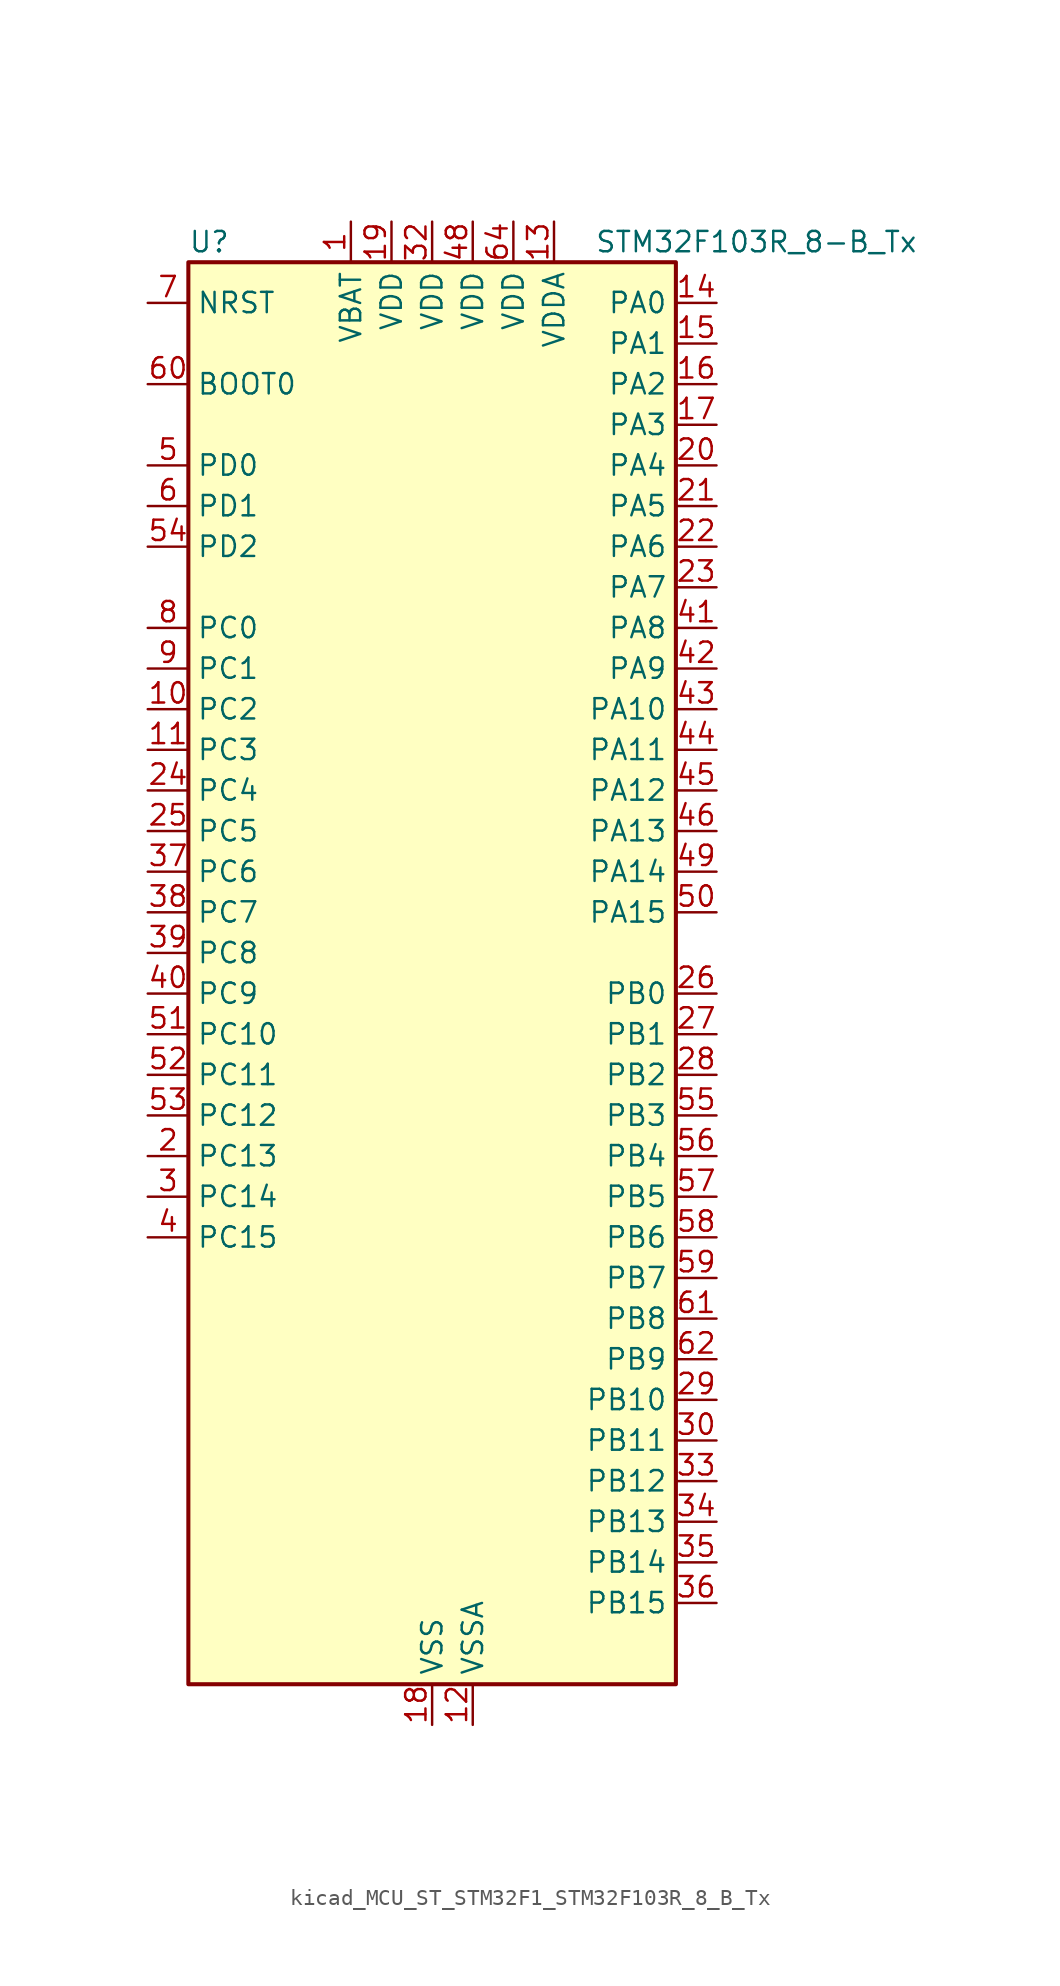
<source format=kicad_sym>
(kicad_symbol_lib
  (version 20220914)
  (generator kicad_symbol_editor)
  (symbol "kicad_MCU_ST_STM32F1_STM32F103R_8_B_Tx"
    (property "Reference" "U"
      (at -15.24 46.99 0)
      (effects (font (size 1.27 1.27)) (justify left)))
    (property "Value" "STM32F103R_8-B_Tx"
      (at 10.16 46.99 0)
      (effects (font (size 1.27 1.27)) (justify left)))
    (property "ki_locked" ""
      (at 0 0 0)
      (effects (font (size 1.27 1.27))))
    (symbol "kicad_MCU_ST_STM32F1_STM32F103R_8_B_Tx_0_1"
      (rectangle (start -15.24 -43.18) (end 15.24 45.72) (stroke (width 0.254) (type default)) (fill (type background))))
    (symbol "kicad_MCU_ST_STM32F1_STM32F103R_8_B_Tx_1_1"
      (pin power_in line (at -5.08 48.26 270) (length 2.54) (name "VBAT" (effects (font (size 1.27 1.27)))) (number "1" (effects (font (size 1.27 1.27)))))
      (pin bidirectional line (at -17.78 17.78 0) (length 2.54) (name "PC2" (effects (font (size 1.27 1.27)))) (number "10" (effects (font (size 1.27 1.27)))) (alternate "ADC1_IN12" bidirectional line) (alternate "ADC2_IN12" bidirectional line))
      (pin bidirectional line (at -17.78 15.24 0) (length 2.54) (name "PC3" (effects (font (size 1.27 1.27)))) (number "11" (effects (font (size 1.27 1.27)))) (alternate "ADC1_IN13" bidirectional line) (alternate "ADC2_IN13" bidirectional line))
      (pin power_in line (at 2.54 -45.72 90) (length 2.54) (name "VSSA" (effects (font (size 1.27 1.27)))) (number "12" (effects (font (size 1.27 1.27)))))
      (pin power_in line (at 7.62 48.26 270) (length 2.54) (name "VDDA" (effects (font (size 1.27 1.27)))) (number "13" (effects (font (size 1.27 1.27)))))
      (pin bidirectional line (at 17.78 43.18 180) (length 2.54) (name "PA0" (effects (font (size 1.27 1.27)))) (number "14" (effects (font (size 1.27 1.27)))) (alternate "ADC1_IN0" bidirectional line) (alternate "ADC2_IN0" bidirectional line) (alternate "SYS_WKUP" bidirectional line) (alternate "TIM2_CH1" bidirectional line) (alternate "TIM2_ETR" bidirectional line) (alternate "USART2_CTS" bidirectional line))
      (pin bidirectional line (at 17.78 40.64 180) (length 2.54) (name "PA1" (effects (font (size 1.27 1.27)))) (number "15" (effects (font (size 1.27 1.27)))) (alternate "ADC1_IN1" bidirectional line) (alternate "ADC2_IN1" bidirectional line) (alternate "TIM2_CH2" bidirectional line) (alternate "USART2_RTS" bidirectional line))
      (pin bidirectional line (at 17.78 38.1 180) (length 2.54) (name "PA2" (effects (font (size 1.27 1.27)))) (number "16" (effects (font (size 1.27 1.27)))) (alternate "ADC1_IN2" bidirectional line) (alternate "ADC2_IN2" bidirectional line) (alternate "TIM2_CH3" bidirectional line) (alternate "USART2_TX" bidirectional line))
      (pin bidirectional line (at 17.78 35.56 180) (length 2.54) (name "PA3" (effects (font (size 1.27 1.27)))) (number "17" (effects (font (size 1.27 1.27)))) (alternate "ADC1_IN3" bidirectional line) (alternate "ADC2_IN3" bidirectional line) (alternate "TIM2_CH4" bidirectional line) (alternate "USART2_RX" bidirectional line))
      (pin power_in line (at 0 -45.72 90) (length 2.54) (name "VSS" (effects (font (size 1.27 1.27)))) (number "18" (effects (font (size 1.27 1.27)))))
      (pin power_in line (at -2.54 48.26 270) (length 2.54) (name "VDD" (effects (font (size 1.27 1.27)))) (number "19" (effects (font (size 1.27 1.27)))))
      (pin bidirectional line (at -17.78 -10.16 0) (length 2.54) (name "PC13" (effects (font (size 1.27 1.27)))) (number "2" (effects (font (size 1.27 1.27)))) (alternate "RTC_OUT" bidirectional line) (alternate "RTC_TAMPER" bidirectional line))
      (pin bidirectional line (at 17.78 33.02 180) (length 2.54) (name "PA4" (effects (font (size 1.27 1.27)))) (number "20" (effects (font (size 1.27 1.27)))) (alternate "ADC1_IN4" bidirectional line) (alternate "ADC2_IN4" bidirectional line) (alternate "SPI1_NSS" bidirectional line) (alternate "USART2_CK" bidirectional line))
      (pin bidirectional line (at 17.78 30.48 180) (length 2.54) (name "PA5" (effects (font (size 1.27 1.27)))) (number "21" (effects (font (size 1.27 1.27)))) (alternate "ADC1_IN5" bidirectional line) (alternate "ADC2_IN5" bidirectional line) (alternate "SPI1_SCK" bidirectional line))
      (pin bidirectional line (at 17.78 27.94 180) (length 2.54) (name "PA6" (effects (font (size 1.27 1.27)))) (number "22" (effects (font (size 1.27 1.27)))) (alternate "ADC1_IN6" bidirectional line) (alternate "ADC2_IN6" bidirectional line) (alternate "SPI1_MISO" bidirectional line) (alternate "TIM1_BKIN" bidirectional line) (alternate "TIM3_CH1" bidirectional line))
      (pin bidirectional line (at 17.78 25.4 180) (length 2.54) (name "PA7" (effects (font (size 1.27 1.27)))) (number "23" (effects (font (size 1.27 1.27)))) (alternate "ADC1_IN7" bidirectional line) (alternate "ADC2_IN7" bidirectional line) (alternate "SPI1_MOSI" bidirectional line) (alternate "TIM1_CH1N" bidirectional line) (alternate "TIM3_CH2" bidirectional line))
      (pin bidirectional line (at -17.78 12.7 0) (length 2.54) (name "PC4" (effects (font (size 1.27 1.27)))) (number "24" (effects (font (size 1.27 1.27)))) (alternate "ADC1_IN14" bidirectional line) (alternate "ADC2_IN14" bidirectional line))
      (pin bidirectional line (at -17.78 10.16 0) (length 2.54) (name "PC5" (effects (font (size 1.27 1.27)))) (number "25" (effects (font (size 1.27 1.27)))) (alternate "ADC1_IN15" bidirectional line) (alternate "ADC2_IN15" bidirectional line))
      (pin bidirectional line (at 17.78 0 180) (length 2.54) (name "PB0" (effects (font (size 1.27 1.27)))) (number "26" (effects (font (size 1.27 1.27)))) (alternate "ADC1_IN8" bidirectional line) (alternate "ADC2_IN8" bidirectional line) (alternate "TIM1_CH2N" bidirectional line) (alternate "TIM3_CH3" bidirectional line))
      (pin bidirectional line (at 17.78 -2.54 180) (length 2.54) (name "PB1" (effects (font (size 1.27 1.27)))) (number "27" (effects (font (size 1.27 1.27)))) (alternate "ADC1_IN9" bidirectional line) (alternate "ADC2_IN9" bidirectional line) (alternate "TIM1_CH3N" bidirectional line) (alternate "TIM3_CH4" bidirectional line))
      (pin bidirectional line (at 17.78 -5.08 180) (length 2.54) (name "PB2" (effects (font (size 1.27 1.27)))) (number "28" (effects (font (size 1.27 1.27)))))
      (pin bidirectional line (at 17.78 -25.4 180) (length 2.54) (name "PB10" (effects (font (size 1.27 1.27)))) (number "29" (effects (font (size 1.27 1.27)))) (alternate "I2C2_SCL" bidirectional line) (alternate "TIM2_CH3" bidirectional line) (alternate "USART3_TX" bidirectional line))
      (pin bidirectional line (at -17.78 -12.7 0) (length 2.54) (name "PC14" (effects (font (size 1.27 1.27)))) (number "3" (effects (font (size 1.27 1.27)))) (alternate "RCC_OSC32_IN" bidirectional line))
      (pin bidirectional line (at 17.78 -27.94 180) (length 2.54) (name "PB11" (effects (font (size 1.27 1.27)))) (number "30" (effects (font (size 1.27 1.27)))) (alternate "ADC1_EXTI11" bidirectional line) (alternate "ADC2_EXTI11" bidirectional line) (alternate "I2C2_SDA" bidirectional line) (alternate "TIM2_CH4" bidirectional line) (alternate "USART3_RX" bidirectional line))
      (pin passive line (at 0 -45.72 90) (length 2.54) hide (name "VSS" (effects (font (size 1.27 1.27)))) (number "31" (effects (font (size 1.27 1.27)))))
      (pin power_in line (at 0 48.26 270) (length 2.54) (name "VDD" (effects (font (size 1.27 1.27)))) (number "32" (effects (font (size 1.27 1.27)))))
      (pin bidirectional line (at 17.78 -30.48 180) (length 2.54) (name "PB12" (effects (font (size 1.27 1.27)))) (number "33" (effects (font (size 1.27 1.27)))) (alternate "I2C2_SMBA" bidirectional line) (alternate "SPI2_NSS" bidirectional line) (alternate "TIM1_BKIN" bidirectional line) (alternate "USART3_CK" bidirectional line))
      (pin bidirectional line (at 17.78 -33.02 180) (length 2.54) (name "PB13" (effects (font (size 1.27 1.27)))) (number "34" (effects (font (size 1.27 1.27)))) (alternate "SPI2_SCK" bidirectional line) (alternate "TIM1_CH1N" bidirectional line) (alternate "USART3_CTS" bidirectional line))
      (pin bidirectional line (at 17.78 -35.56 180) (length 2.54) (name "PB14" (effects (font (size 1.27 1.27)))) (number "35" (effects (font (size 1.27 1.27)))) (alternate "SPI2_MISO" bidirectional line) (alternate "TIM1_CH2N" bidirectional line) (alternate "USART3_RTS" bidirectional line))
      (pin bidirectional line (at 17.78 -38.1 180) (length 2.54) (name "PB15" (effects (font (size 1.27 1.27)))) (number "36" (effects (font (size 1.27 1.27)))) (alternate "ADC1_EXTI15" bidirectional line) (alternate "ADC2_EXTI15" bidirectional line) (alternate "SPI2_MOSI" bidirectional line) (alternate "TIM1_CH3N" bidirectional line))
      (pin bidirectional line (at -17.78 7.62 0) (length 2.54) (name "PC6" (effects (font (size 1.27 1.27)))) (number "37" (effects (font (size 1.27 1.27)))) (alternate "TIM3_CH1" bidirectional line))
      (pin bidirectional line (at -17.78 5.08 0) (length 2.54) (name "PC7" (effects (font (size 1.27 1.27)))) (number "38" (effects (font (size 1.27 1.27)))) (alternate "TIM3_CH2" bidirectional line))
      (pin bidirectional line (at -17.78 2.54 0) (length 2.54) (name "PC8" (effects (font (size 1.27 1.27)))) (number "39" (effects (font (size 1.27 1.27)))) (alternate "TIM3_CH3" bidirectional line))
      (pin bidirectional line (at -17.78 -15.24 0) (length 2.54) (name "PC15" (effects (font (size 1.27 1.27)))) (number "4" (effects (font (size 1.27 1.27)))) (alternate "ADC1_EXTI15" bidirectional line) (alternate "ADC2_EXTI15" bidirectional line) (alternate "RCC_OSC32_OUT" bidirectional line))
      (pin bidirectional line (at -17.78 0 0) (length 2.54) (name "PC9" (effects (font (size 1.27 1.27)))) (number "40" (effects (font (size 1.27 1.27)))) (alternate "TIM3_CH4" bidirectional line))
      (pin bidirectional line (at 17.78 22.86 180) (length 2.54) (name "PA8" (effects (font (size 1.27 1.27)))) (number "41" (effects (font (size 1.27 1.27)))) (alternate "RCC_MCO" bidirectional line) (alternate "TIM1_CH1" bidirectional line) (alternate "USART1_CK" bidirectional line))
      (pin bidirectional line (at 17.78 20.32 180) (length 2.54) (name "PA9" (effects (font (size 1.27 1.27)))) (number "42" (effects (font (size 1.27 1.27)))) (alternate "TIM1_CH2" bidirectional line) (alternate "USART1_TX" bidirectional line))
      (pin bidirectional line (at 17.78 17.78 180) (length 2.54) (name "PA10" (effects (font (size 1.27 1.27)))) (number "43" (effects (font (size 1.27 1.27)))) (alternate "TIM1_CH3" bidirectional line) (alternate "USART1_RX" bidirectional line))
      (pin bidirectional line (at 17.78 15.24 180) (length 2.54) (name "PA11" (effects (font (size 1.27 1.27)))) (number "44" (effects (font (size 1.27 1.27)))) (alternate "ADC1_EXTI11" bidirectional line) (alternate "ADC2_EXTI11" bidirectional line) (alternate "CAN_RX" bidirectional line) (alternate "TIM1_CH4" bidirectional line) (alternate "USART1_CTS" bidirectional line) (alternate "USB_DM" bidirectional line))
      (pin bidirectional line (at 17.78 12.7 180) (length 2.54) (name "PA12" (effects (font (size 1.27 1.27)))) (number "45" (effects (font (size 1.27 1.27)))) (alternate "CAN_TX" bidirectional line) (alternate "TIM1_ETR" bidirectional line) (alternate "USART1_RTS" bidirectional line) (alternate "USB_DP" bidirectional line))
      (pin bidirectional line (at 17.78 10.16 180) (length 2.54) (name "PA13" (effects (font (size 1.27 1.27)))) (number "46" (effects (font (size 1.27 1.27)))) (alternate "SYS_JTMS-SWDIO" bidirectional line))
      (pin passive line (at 0 -45.72 90) (length 2.54) hide (name "VSS" (effects (font (size 1.27 1.27)))) (number "47" (effects (font (size 1.27 1.27)))))
      (pin power_in line (at 2.54 48.26 270) (length 2.54) (name "VDD" (effects (font (size 1.27 1.27)))) (number "48" (effects (font (size 1.27 1.27)))))
      (pin bidirectional line (at 17.78 7.62 180) (length 2.54) (name "PA14" (effects (font (size 1.27 1.27)))) (number "49" (effects (font (size 1.27 1.27)))) (alternate "SYS_JTCK-SWCLK" bidirectional line))
      (pin bidirectional line (at -17.78 33.02 0) (length 2.54) (name "PD0" (effects (font (size 1.27 1.27)))) (number "5" (effects (font (size 1.27 1.27)))) (alternate "RCC_OSC_IN" bidirectional line))
      (pin bidirectional line (at 17.78 5.08 180) (length 2.54) (name "PA15" (effects (font (size 1.27 1.27)))) (number "50" (effects (font (size 1.27 1.27)))) (alternate "ADC1_EXTI15" bidirectional line) (alternate "ADC2_EXTI15" bidirectional line) (alternate "SPI1_NSS" bidirectional line) (alternate "SYS_JTDI" bidirectional line) (alternate "TIM2_CH1" bidirectional line) (alternate "TIM2_ETR" bidirectional line))
      (pin bidirectional line (at -17.78 -2.54 0) (length 2.54) (name "PC10" (effects (font (size 1.27 1.27)))) (number "51" (effects (font (size 1.27 1.27)))) (alternate "USART3_TX" bidirectional line))
      (pin bidirectional line (at -17.78 -5.08 0) (length 2.54) (name "PC11" (effects (font (size 1.27 1.27)))) (number "52" (effects (font (size 1.27 1.27)))) (alternate "ADC1_EXTI11" bidirectional line) (alternate "ADC2_EXTI11" bidirectional line) (alternate "USART3_RX" bidirectional line))
      (pin bidirectional line (at -17.78 -7.62 0) (length 2.54) (name "PC12" (effects (font (size 1.27 1.27)))) (number "53" (effects (font (size 1.27 1.27)))) (alternate "USART3_CK" bidirectional line))
      (pin bidirectional line (at -17.78 27.94 0) (length 2.54) (name "PD2" (effects (font (size 1.27 1.27)))) (number "54" (effects (font (size 1.27 1.27)))) (alternate "TIM3_ETR" bidirectional line))
      (pin bidirectional line (at 17.78 -7.62 180) (length 2.54) (name "PB3" (effects (font (size 1.27 1.27)))) (number "55" (effects (font (size 1.27 1.27)))) (alternate "SPI1_SCK" bidirectional line) (alternate "SYS_JTDO-TRACESWO" bidirectional line) (alternate "TIM2_CH2" bidirectional line))
      (pin bidirectional line (at 17.78 -10.16 180) (length 2.54) (name "PB4" (effects (font (size 1.27 1.27)))) (number "56" (effects (font (size 1.27 1.27)))) (alternate "SPI1_MISO" bidirectional line) (alternate "SYS_NJTRST" bidirectional line) (alternate "TIM3_CH1" bidirectional line))
      (pin bidirectional line (at 17.78 -12.7 180) (length 2.54) (name "PB5" (effects (font (size 1.27 1.27)))) (number "57" (effects (font (size 1.27 1.27)))) (alternate "I2C1_SMBA" bidirectional line) (alternate "SPI1_MOSI" bidirectional line) (alternate "TIM3_CH2" bidirectional line))
      (pin bidirectional line (at 17.78 -15.24 180) (length 2.54) (name "PB6" (effects (font (size 1.27 1.27)))) (number "58" (effects (font (size 1.27 1.27)))) (alternate "I2C1_SCL" bidirectional line) (alternate "TIM4_CH1" bidirectional line) (alternate "USART1_TX" bidirectional line))
      (pin bidirectional line (at 17.78 -17.78 180) (length 2.54) (name "PB7" (effects (font (size 1.27 1.27)))) (number "59" (effects (font (size 1.27 1.27)))) (alternate "I2C1_SDA" bidirectional line) (alternate "TIM4_CH2" bidirectional line) (alternate "USART1_RX" bidirectional line))
      (pin bidirectional line (at -17.78 30.48 0) (length 2.54) (name "PD1" (effects (font (size 1.27 1.27)))) (number "6" (effects (font (size 1.27 1.27)))) (alternate "RCC_OSC_OUT" bidirectional line))
      (pin input line (at -17.78 38.1 0) (length 2.54) (name "BOOT0" (effects (font (size 1.27 1.27)))) (number "60" (effects (font (size 1.27 1.27)))))
      (pin bidirectional line (at 17.78 -20.32 180) (length 2.54) (name "PB8" (effects (font (size 1.27 1.27)))) (number "61" (effects (font (size 1.27 1.27)))) (alternate "CAN_RX" bidirectional line) (alternate "I2C1_SCL" bidirectional line) (alternate "TIM4_CH3" bidirectional line))
      (pin bidirectional line (at 17.78 -22.86 180) (length 2.54) (name "PB9" (effects (font (size 1.27 1.27)))) (number "62" (effects (font (size 1.27 1.27)))) (alternate "CAN_TX" bidirectional line) (alternate "I2C1_SDA" bidirectional line) (alternate "TIM4_CH4" bidirectional line))
      (pin passive line (at 0 -45.72 90) (length 2.54) hide (name "VSS" (effects (font (size 1.27 1.27)))) (number "63" (effects (font (size 1.27 1.27)))))
      (pin power_in line (at 5.08 48.26 270) (length 2.54) (name "VDD" (effects (font (size 1.27 1.27)))) (number "64" (effects (font (size 1.27 1.27)))))
      (pin input line (at -17.78 43.18 0) (length 2.54) (name "NRST" (effects (font (size 1.27 1.27)))) (number "7" (effects (font (size 1.27 1.27)))))
      (pin bidirectional line (at -17.78 22.86 0) (length 2.54) (name "PC0" (effects (font (size 1.27 1.27)))) (number "8" (effects (font (size 1.27 1.27)))) (alternate "ADC1_IN10" bidirectional line) (alternate "ADC2_IN10" bidirectional line))
      (pin bidirectional line (at -17.78 20.32 0) (length 2.54) (name "PC1" (effects (font (size 1.27 1.27)))) (number "9" (effects (font (size 1.27 1.27)))) (alternate "ADC1_IN11" bidirectional line) (alternate "ADC2_IN11" bidirectional line)))))
</source>
